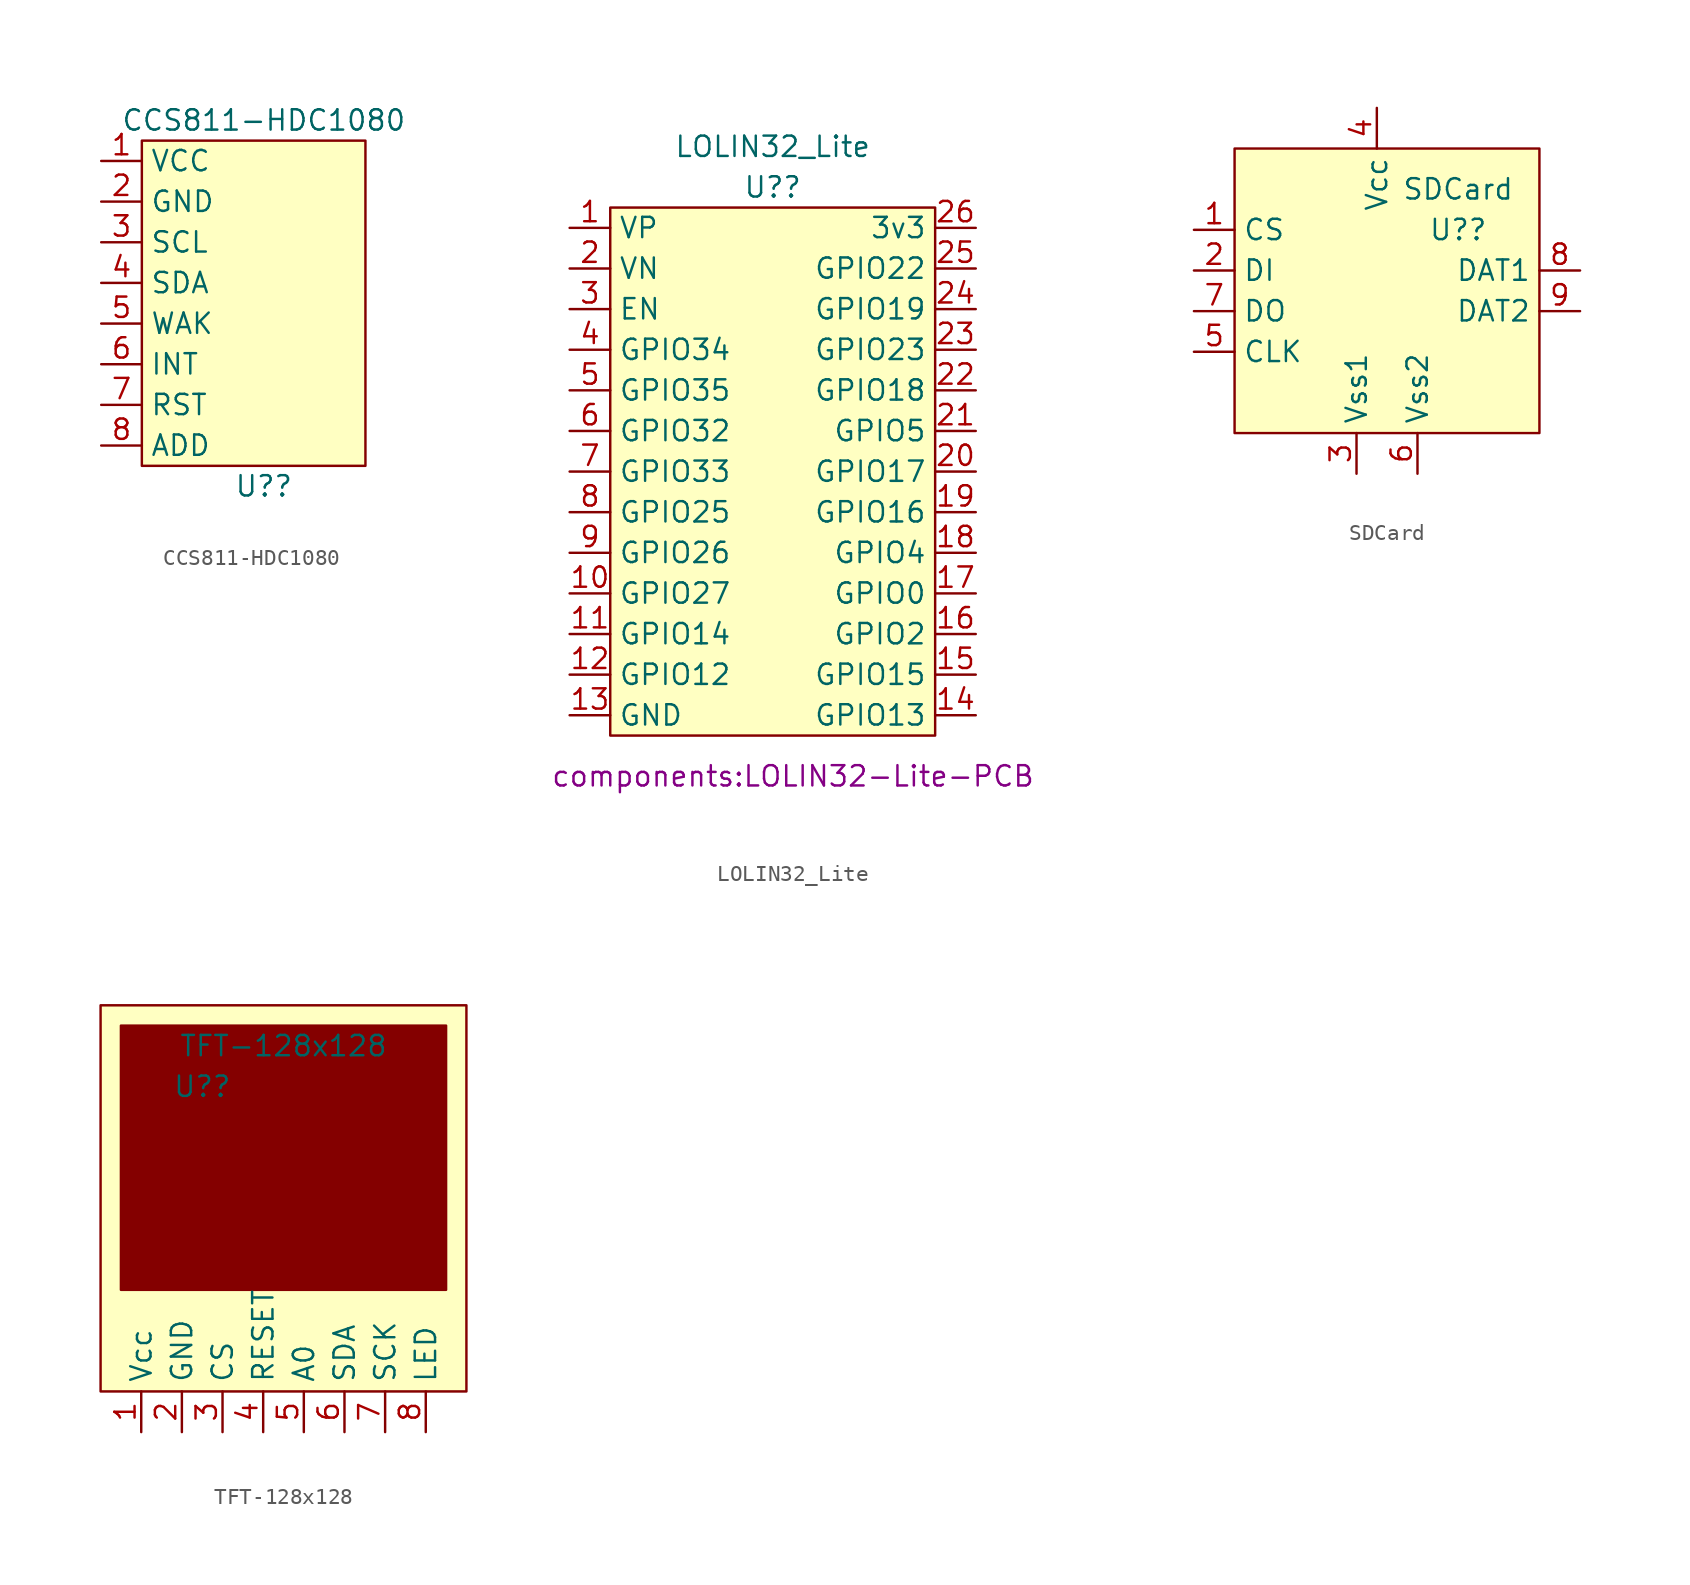
<source format=kicad_sym>
(kicad_symbol_lib
  (version 20211014)
  (generator kicad_symbol_editor)
  (symbol "CCS811-HDC1080"
    (property "Reference" "U?"
      (at 0 -11.43 0)
      (effects (font (size 1.27 1.27))))
    (property "Value" "CCS811-HDC1080"
      (at 0 11.43 0)
      (effects (font (size 1.27 1.27))))
    (symbol "CCS811-HDC1080_0_1"
      (rectangle (start -7.62 10.16) (end 6.35 -10.16) (stroke (width 0) (type default) (color 0 0 0 0)) (fill (type background))))
    (symbol "CCS811-HDC1080_1_1"
      (pin input line (at -10.16 8.89 0) (length 2.54) (name "VCC" (effects (font (size 1.27 1.27)))) (number "1" (effects (font (size 1.27 1.27)))))
      (pin input line (at -10.16 6.35 0) (length 2.54) (name "GND" (effects (font (size 1.27 1.27)))) (number "2" (effects (font (size 1.27 1.27)))))
      (pin input line (at -10.16 3.81 0) (length 2.54) (name "SCL" (effects (font (size 1.27 1.27)))) (number "3" (effects (font (size 1.27 1.27)))))
      (pin input line (at -10.16 1.27 0) (length 2.54) (name "SDA" (effects (font (size 1.27 1.27)))) (number "4" (effects (font (size 1.27 1.27)))))
      (pin input line (at -10.16 -1.27 0) (length 2.54) (name "WAK" (effects (font (size 1.27 1.27)))) (number "5" (effects (font (size 1.27 1.27)))))
      (pin input line (at -10.16 -3.81 0) (length 2.54) (name "INT" (effects (font (size 1.27 1.27)))) (number "6" (effects (font (size 1.27 1.27)))))
      (pin input line (at -10.16 -6.35 0) (length 2.54) (name "RST" (effects (font (size 1.27 1.27)))) (number "7" (effects (font (size 1.27 1.27)))))
      (pin input line (at -10.16 -8.89 0) (length 2.54) (name "ADD" (effects (font (size 1.27 1.27)))) (number "8" (effects (font (size 1.27 1.27)))))))
  (symbol "LOLIN32_Lite"
    (property "Reference" "U?"
      (at 0 16.51 0)
      (effects (font (size 1.27 1.27))))
    (property "Value" "LOLIN32_Lite"
      (at 0 19.05 0)
      (effects (font (size 1.27 1.27))))
    (property "Footprint" "components:LOLIN32-Lite-PCB"
      (at 1.27 -20.32 0)
      (effects (font (size 1.27 1.27))))
    (symbol "LOLIN32_Lite_0_1"
      (rectangle (start -10.16 15.24) (end 10.16 -17.78) (stroke (width 0) (type default) (color 0 0 0 0)) (fill (type background))))
    (symbol "LOLIN32_Lite_1_1"
      (pin input line (at -12.7 13.97 0) (length 2.54) (name "VP" (effects (font (size 1.27 1.27)))) (number "1" (effects (font (size 1.27 1.27)))))
      (pin bidirectional line (at -12.7 -8.89 0) (length 2.54) (name "GPIO27" (effects (font (size 1.27 1.27)))) (number "10" (effects (font (size 1.27 1.27)))))
      (pin bidirectional line (at -12.7 -11.43 0) (length 2.54) (name "GPIO14" (effects (font (size 1.27 1.27)))) (number "11" (effects (font (size 1.27 1.27)))))
      (pin bidirectional line (at -12.7 -13.97 0) (length 2.54) (name "GPIO12" (effects (font (size 1.27 1.27)))) (number "12" (effects (font (size 1.27 1.27)))))
      (pin input line (at -12.7 -16.51 0) (length 2.54) (name "GND" (effects (font (size 1.27 1.27)))) (number "13" (effects (font (size 1.27 1.27)))))
      (pin bidirectional line (at 12.7 -16.51 180) (length 2.54) (name "GPIO13" (effects (font (size 1.27 1.27)))) (number "14" (effects (font (size 1.27 1.27)))))
      (pin bidirectional line (at 12.7 -13.97 180) (length 2.54) (name "GPIO15" (effects (font (size 1.27 1.27)))) (number "15" (effects (font (size 1.27 1.27)))))
      (pin bidirectional line (at 12.7 -11.43 180) (length 2.54) (name "GPIO2" (effects (font (size 1.27 1.27)))) (number "16" (effects (font (size 1.27 1.27)))))
      (pin bidirectional line (at 12.7 -8.89 180) (length 2.54) (name "GPIO0" (effects (font (size 1.27 1.27)))) (number "17" (effects (font (size 1.27 1.27)))))
      (pin bidirectional line (at 12.7 -6.35 180) (length 2.54) (name "GPIO4" (effects (font (size 1.27 1.27)))) (number "18" (effects (font (size 1.27 1.27)))))
      (pin bidirectional line (at 12.7 -3.81 180) (length 2.54) (name "GPIO16" (effects (font (size 1.27 1.27)))) (number "19" (effects (font (size 1.27 1.27)))))
      (pin input line (at -12.7 11.43 0) (length 2.54) (name "VN" (effects (font (size 1.27 1.27)))) (number "2" (effects (font (size 1.27 1.27)))))
      (pin bidirectional line (at 12.7 -1.27 180) (length 2.54) (name "GPIO17" (effects (font (size 1.27 1.27)))) (number "20" (effects (font (size 1.27 1.27)))))
      (pin bidirectional line (at 12.7 1.27 180) (length 2.54) (name "GPIO5" (effects (font (size 1.27 1.27)))) (number "21" (effects (font (size 1.27 1.27)))))
      (pin bidirectional line (at 12.7 3.81 180) (length 2.54) (name "GPIO18" (effects (font (size 1.27 1.27)))) (number "22" (effects (font (size 1.27 1.27)))))
      (pin bidirectional line (at 12.7 6.35 180) (length 2.54) (name "GPIO23" (effects (font (size 1.27 1.27)))) (number "23" (effects (font (size 1.27 1.27)))))
      (pin bidirectional line (at 12.7 8.89 180) (length 2.54) (name "GPIO19" (effects (font (size 1.27 1.27)))) (number "24" (effects (font (size 1.27 1.27)))))
      (pin bidirectional line (at 12.7 11.43 180) (length 2.54) (name "GPIO22" (effects (font (size 1.27 1.27)))) (number "25" (effects (font (size 1.27 1.27)))))
      (pin output line (at 12.7 13.97 180) (length 2.54) (name "3v3" (effects (font (size 1.27 1.27)))) (number "26" (effects (font (size 1.27 1.27)))))
      (pin input line (at -12.7 8.89 0) (length 2.54) (name "EN" (effects (font (size 1.27 1.27)))) (number "3" (effects (font (size 1.27 1.27)))))
      (pin input line (at -12.7 6.35 0) (length 2.54) (name "GPIO34" (effects (font (size 1.27 1.27)))) (number "4" (effects (font (size 1.27 1.27)))))
      (pin input line (at -12.7 3.81 0) (length 2.54) (name "GPIO35" (effects (font (size 1.27 1.27)))) (number "5" (effects (font (size 1.27 1.27)))))
      (pin bidirectional line (at -12.7 1.27 0) (length 2.54) (name "GPIO32" (effects (font (size 1.27 1.27)))) (number "6" (effects (font (size 1.27 1.27)))))
      (pin bidirectional line (at -12.7 -1.27 0) (length 2.54) (name "GPIO33" (effects (font (size 1.27 1.27)))) (number "7" (effects (font (size 1.27 1.27)))))
      (pin bidirectional line (at -12.7 -3.81 0) (length 2.54) (name "GPIO25" (effects (font (size 1.27 1.27)))) (number "8" (effects (font (size 1.27 1.27)))))
      (pin bidirectional line (at -12.7 -6.35 0) (length 2.54) (name "GPIO26" (effects (font (size 1.27 1.27)))) (number "9" (effects (font (size 1.27 1.27)))))))
  (symbol "SDCard"
    (property "Reference" "U?"
      (at 5.08 5.08 0)
      (effects (font (size 1.27 1.27))))
    (property "Value" "SDCard"
      (at 5.08 7.62 0)
      (effects (font (size 1.27 1.27))))
    (symbol "SDCard_0_1"
      (rectangle (start -8.89 10.16) (end 10.16 -7.62) (stroke (width 0) (type default) (color 0 0 0 0)) (fill (type background))))
    (symbol "SDCard_1_1"
      (pin input line (at -11.43 5.08 0) (length 2.54) (name "CS" (effects (font (size 1.27 1.27)))) (number "1" (effects (font (size 1.27 1.27)))))
      (pin input line (at -11.43 2.54 0) (length 2.54) (name "DI" (effects (font (size 1.27 1.27)))) (number "2" (effects (font (size 1.27 1.27)))))
      (pin input line (at -1.27 -10.16 90) (length 2.54) (name "Vss1" (effects (font (size 1.27 1.27)))) (number "3" (effects (font (size 1.27 1.27)))))
      (pin input line (at 0 12.7 270) (length 2.54) (name "Vcc" (effects (font (size 1.27 1.27)))) (number "4" (effects (font (size 1.27 1.27)))))
      (pin input line (at -11.43 -2.54 0) (length 2.54) (name "CLK" (effects (font (size 1.27 1.27)))) (number "5" (effects (font (size 1.27 1.27)))))
      (pin input line (at 2.54 -10.16 90) (length 2.54) (name "Vss2" (effects (font (size 1.27 1.27)))) (number "6" (effects (font (size 1.27 1.27)))))
      (pin output line (at -11.43 0 0) (length 2.54) (name "DO" (effects (font (size 1.27 1.27)))) (number "7" (effects (font (size 1.27 1.27)))))
      (pin input line (at 12.7 2.54 180) (length 2.54) (name "DAT1" (effects (font (size 1.27 1.27)))) (number "8" (effects (font (size 1.27 1.27)))))
      (pin input line (at 12.7 0 180) (length 2.54) (name "DAT2" (effects (font (size 1.27 1.27)))) (number "9" (effects (font (size 1.27 1.27)))))))
  (symbol "TFT-128x128"
    (property "Reference" "U?"
      (at -5.08 8.89 0)
      (effects (font (size 1.27 1.27))))
    (property "Value" "TFT-128x128"
      (at 0 11.43 0)
      (effects (font (size 1.27 1.27))))
    (symbol "TFT-128x128_0_1"
      (rectangle (start -10.16 12.7) (end 10.16 -3.81) (stroke (width 0) (type default) (color 0 0 0 0)) (fill (type outline)))
      (rectangle (start 11.43 -10.16) (end -11.43 13.97) (stroke (width 0) (type default) (color 0 0 0 0)) (fill (type background))))
    (symbol "TFT-128x128_1_1"
      (pin input line (at -8.89 -12.7 90) (length 2.54) (name "Vcc" (effects (font (size 1.27 1.27)))) (number "1" (effects (font (size 1.27 1.27)))))
      (pin input line (at -6.35 -12.7 90) (length 2.54) (name "GND" (effects (font (size 1.27 1.27)))) (number "2" (effects (font (size 1.27 1.27)))))
      (pin input line (at -3.81 -12.7 90) (length 2.54) (name "CS" (effects (font (size 1.27 1.27)))) (number "3" (effects (font (size 1.27 1.27)))))
      (pin input line (at -1.27 -12.7 90) (length 2.54) (name "RESET" (effects (font (size 1.27 1.27)))) (number "4" (effects (font (size 1.27 1.27)))))
      (pin input line (at 1.27 -12.7 90) (length 2.54) (name "A0" (effects (font (size 1.27 1.27)))) (number "5" (effects (font (size 1.27 1.27)))))
      (pin input line (at 3.81 -12.7 90) (length 2.54) (name "SDA" (effects (font (size 1.27 1.27)))) (number "6" (effects (font (size 1.27 1.27)))))
      (pin input line (at 6.35 -12.7 90) (length 2.54) (name "SCK" (effects (font (size 1.27 1.27)))) (number "7" (effects (font (size 1.27 1.27)))))
      (pin input line (at 8.89 -12.7 90) (length 2.54) (name "LED" (effects (font (size 1.27 1.27)))) (number "8" (effects (font (size 1.27 1.27))))))))
</source>
